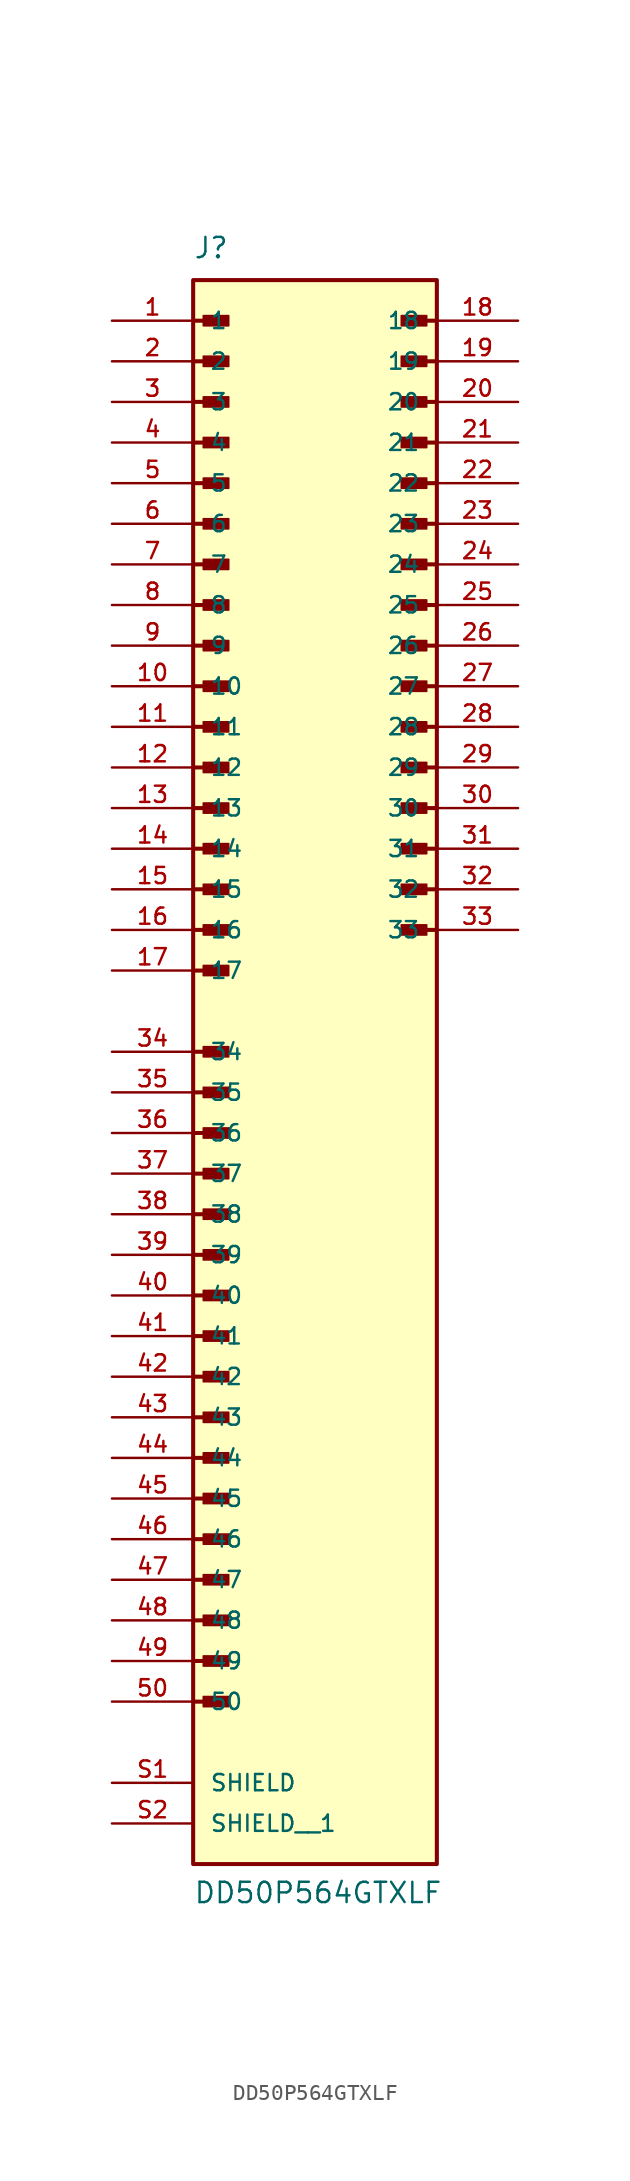
<source format=kicad_sym>
(kicad_symbol_lib
  (version 20241209)
  (generator "kicad_symbol_editor")
  (generator_version "9.0")
  (symbol "DD50P564GTXLF"
    (pin_names
      (offset 1.016))
    (property "Reference" "J"
      (at -7.62 49.53 0)
      (effects (font (size 1.27 1.27)) (justify left bottom)))
    (property "Value" "DD50P564GTXLF"
      (at -7.62 -53.34 0)
      (effects (font (size 1.27 1.27)) (justify left bottom)))
    (symbol "DD50P564GTXLF_0_0"
      (polyline (pts (xy -7.62 45.72) (xy -5.715 45.72)) (stroke (width 0.254) (type default)) (fill (type none)))
      (polyline (pts (xy -7.62 43.18) (xy -5.715 43.18)) (stroke (width 0.254) (type default)) (fill (type none)))
      (polyline (pts (xy -7.62 40.64) (xy -5.715 40.64)) (stroke (width 0.254) (type default)) (fill (type none)))
      (polyline (pts (xy -7.62 38.1) (xy -5.715 38.1)) (stroke (width 0.254) (type default)) (fill (type none)))
      (polyline (pts (xy -7.62 35.56) (xy -5.715 35.56)) (stroke (width 0.254) (type default)) (fill (type none)))
      (polyline (pts (xy -7.62 33.02) (xy -5.715 33.02)) (stroke (width 0.254) (type default)) (fill (type none)))
      (polyline (pts (xy -7.62 30.48) (xy -5.715 30.48)) (stroke (width 0.254) (type default)) (fill (type none)))
      (polyline (pts (xy -7.62 27.94) (xy -5.715 27.94)) (stroke (width 0.254) (type default)) (fill (type none)))
      (polyline (pts (xy -7.62 25.4) (xy -5.715 25.4)) (stroke (width 0.254) (type default)) (fill (type none)))
      (polyline (pts (xy -7.62 22.86) (xy -5.715 22.86)) (stroke (width 0.254) (type default)) (fill (type none)))
      (polyline (pts (xy -7.62 20.32) (xy -5.715 20.32)) (stroke (width 0.254) (type default)) (fill (type none)))
      (polyline (pts (xy -7.62 17.78) (xy -5.715 17.78)) (stroke (width 0.254) (type default)) (fill (type none)))
      (polyline (pts (xy -7.62 15.24) (xy -5.715 15.24)) (stroke (width 0.254) (type default)) (fill (type none)))
      (polyline (pts (xy -7.62 12.7) (xy -5.715 12.7)) (stroke (width 0.254) (type default)) (fill (type none)))
      (polyline (pts (xy -7.62 10.16) (xy -5.715 10.16)) (stroke (width 0.254) (type default)) (fill (type none)))
      (polyline (pts (xy -7.62 7.62) (xy -5.715 7.62)) (stroke (width 0.254) (type default)) (fill (type none)))
      (polyline (pts (xy -7.62 5.08) (xy -5.715 5.08)) (stroke (width 0.254) (type default)) (fill (type none)))
      (polyline (pts (xy -7.62 0) (xy -5.715 0)) (stroke (width 0.254) (type default)) (fill (type none)))
      (polyline (pts (xy -7.62 -2.54) (xy -5.715 -2.54)) (stroke (width 0.254) (type default)) (fill (type none)))
      (polyline (pts (xy -7.62 -5.08) (xy -5.715 -5.08)) (stroke (width 0.254) (type default)) (fill (type none)))
      (polyline (pts (xy -7.62 -7.62) (xy -5.715 -7.62)) (stroke (width 0.254) (type default)) (fill (type none)))
      (polyline (pts (xy -7.62 -10.16) (xy -5.715 -10.16)) (stroke (width 0.254) (type default)) (fill (type none)))
      (polyline (pts (xy -7.62 -12.7) (xy -5.715 -12.7)) (stroke (width 0.254) (type default)) (fill (type none)))
      (polyline (pts (xy -7.62 -15.24) (xy -5.715 -15.24)) (stroke (width 0.254) (type default)) (fill (type none)))
      (polyline (pts (xy -7.62 -17.78) (xy -5.715 -17.78)) (stroke (width 0.254) (type default)) (fill (type none)))
      (polyline (pts (xy -7.62 -20.32) (xy -5.715 -20.32)) (stroke (width 0.254) (type default)) (fill (type none)))
      (polyline (pts (xy -7.62 -22.86) (xy -5.715 -22.86)) (stroke (width 0.254) (type default)) (fill (type none)))
      (polyline (pts (xy -7.62 -25.4) (xy -5.715 -25.4)) (stroke (width 0.254) (type default)) (fill (type none)))
      (polyline (pts (xy -7.62 -27.94) (xy -5.715 -27.94)) (stroke (width 0.254) (type default)) (fill (type none)))
      (polyline (pts (xy -7.62 -30.48) (xy -5.715 -30.48)) (stroke (width 0.254) (type default)) (fill (type none)))
      (polyline (pts (xy -7.62 -33.02) (xy -5.715 -33.02)) (stroke (width 0.254) (type default)) (fill (type none)))
      (polyline (pts (xy -7.62 -35.56) (xy -5.715 -35.56)) (stroke (width 0.254) (type default)) (fill (type none)))
      (polyline (pts (xy -7.62 -38.1) (xy -5.715 -38.1)) (stroke (width 0.254) (type default)) (fill (type none)))
      (polyline (pts (xy -7.62 -40.64) (xy -5.715 -40.64)) (stroke (width 0.254) (type default)) (fill (type none)))
      (rectangle (start -7.62 -50.8) (end 7.62 48.26) (stroke (width 0.254) (type default)) (fill (type background)))
      (rectangle (start -6.985 45.403) (end -5.397 46.038) (stroke (width 0.1) (type default)) (fill (type outline)))
      (rectangle (start -6.985 42.862) (end -5.397 43.498) (stroke (width 0.1) (type default)) (fill (type outline)))
      (rectangle (start -6.985 40.322) (end -5.397 40.958) (stroke (width 0.1) (type default)) (fill (type outline)))
      (rectangle (start -6.985 37.782) (end -5.397 38.417) (stroke (width 0.1) (type default)) (fill (type outline)))
      (rectangle (start -6.985 35.242) (end -5.397 35.877) (stroke (width 0.1) (type default)) (fill (type outline)))
      (rectangle (start -6.985 32.703) (end -5.397 33.337) (stroke (width 0.1) (type default)) (fill (type outline)))
      (rectangle (start -6.985 30.163) (end -5.397 30.797) (stroke (width 0.1) (type default)) (fill (type outline)))
      (rectangle (start -6.985 27.622) (end -5.397 28.258) (stroke (width 0.1) (type default)) (fill (type outline)))
      (rectangle (start -6.985 25.082) (end -5.397 25.718) (stroke (width 0.1) (type default)) (fill (type outline)))
      (rectangle (start -6.985 22.543) (end -5.397 23.177) (stroke (width 0.1) (type default)) (fill (type outline)))
      (rectangle (start -6.985 20.003) (end -5.397 20.637) (stroke (width 0.1) (type default)) (fill (type outline)))
      (rectangle (start -6.985 17.462) (end -5.397 18.098) (stroke (width 0.1) (type default)) (fill (type outline)))
      (rectangle (start -6.985 14.922) (end -5.397 15.557) (stroke (width 0.1) (type default)) (fill (type outline)))
      (rectangle (start -6.985 12.383) (end -5.397 13.018) (stroke (width 0.1) (type default)) (fill (type outline)))
      (rectangle (start -6.985 9.842) (end -5.397 10.477) (stroke (width 0.1) (type default)) (fill (type outline)))
      (rectangle (start -6.985 7.303) (end -5.397 7.938) (stroke (width 0.1) (type default)) (fill (type outline)))
      (rectangle (start -6.985 4.763) (end -5.397 5.397) (stroke (width 0.1) (type default)) (fill (type outline)))
      (rectangle (start -6.985 -0.318) (end -5.397 0.318) (stroke (width 0.1) (type default)) (fill (type outline)))
      (rectangle (start -6.985 -2.857) (end -5.397 -2.223) (stroke (width 0.1) (type default)) (fill (type outline)))
      (rectangle (start -6.985 -5.397) (end -5.397 -4.763) (stroke (width 0.1) (type default)) (fill (type outline)))
      (rectangle (start -6.985 -7.938) (end -5.397 -7.303) (stroke (width 0.1) (type default)) (fill (type outline)))
      (rectangle (start -6.985 -10.477) (end -5.397 -9.842) (stroke (width 0.1) (type default)) (fill (type outline)))
      (rectangle (start -6.985 -13.018) (end -5.397 -12.383) (stroke (width 0.1) (type default)) (fill (type outline)))
      (rectangle (start -6.985 -15.557) (end -5.397 -14.922) (stroke (width 0.1) (type default)) (fill (type outline)))
      (rectangle (start -6.985 -18.098) (end -5.397 -17.462) (stroke (width 0.1) (type default)) (fill (type outline)))
      (rectangle (start -6.985 -20.637) (end -5.397 -20.003) (stroke (width 0.1) (type default)) (fill (type outline)))
      (rectangle (start -6.985 -23.177) (end -5.397 -22.543) (stroke (width 0.1) (type default)) (fill (type outline)))
      (rectangle (start -6.985 -25.718) (end -5.397 -25.082) (stroke (width 0.1) (type default)) (fill (type outline)))
      (rectangle (start -6.985 -28.258) (end -5.397 -27.622) (stroke (width 0.1) (type default)) (fill (type outline)))
      (rectangle (start -6.985 -30.797) (end -5.397 -30.163) (stroke (width 0.1) (type default)) (fill (type outline)))
      (rectangle (start -6.985 -33.337) (end -5.397 -32.703) (stroke (width 0.1) (type default)) (fill (type outline)))
      (rectangle (start -6.985 -35.877) (end -5.397 -35.242) (stroke (width 0.1) (type default)) (fill (type outline)))
      (rectangle (start -6.985 -38.417) (end -5.397 -37.782) (stroke (width 0.1) (type default)) (fill (type outline)))
      (rectangle (start -6.985 -40.958) (end -5.397 -40.322) (stroke (width 0.1) (type default)) (fill (type outline)))
      (rectangle (start 5.397 45.403) (end 6.985 46.038) (stroke (width 0.1) (type default)) (fill (type outline)))
      (rectangle (start 5.397 42.862) (end 6.985 43.498) (stroke (width 0.1) (type default)) (fill (type outline)))
      (rectangle (start 5.397 40.322) (end 6.985 40.958) (stroke (width 0.1) (type default)) (fill (type outline)))
      (rectangle (start 5.397 37.782) (end 6.985 38.417) (stroke (width 0.1) (type default)) (fill (type outline)))
      (rectangle (start 5.397 35.242) (end 6.985 35.877) (stroke (width 0.1) (type default)) (fill (type outline)))
      (rectangle (start 5.397 32.703) (end 6.985 33.337) (stroke (width 0.1) (type default)) (fill (type outline)))
      (rectangle (start 5.397 30.163) (end 6.985 30.797) (stroke (width 0.1) (type default)) (fill (type outline)))
      (rectangle (start 5.397 27.622) (end 6.985 28.258) (stroke (width 0.1) (type default)) (fill (type outline)))
      (rectangle (start 5.397 25.082) (end 6.985 25.718) (stroke (width 0.1) (type default)) (fill (type outline)))
      (rectangle (start 5.397 22.543) (end 6.985 23.177) (stroke (width 0.1) (type default)) (fill (type outline)))
      (rectangle (start 5.397 20.003) (end 6.985 20.637) (stroke (width 0.1) (type default)) (fill (type outline)))
      (rectangle (start 5.397 17.462) (end 6.985 18.098) (stroke (width 0.1) (type default)) (fill (type outline)))
      (rectangle (start 5.397 14.922) (end 6.985 15.557) (stroke (width 0.1) (type default)) (fill (type outline)))
      (rectangle (start 5.397 12.383) (end 6.985 13.018) (stroke (width 0.1) (type default)) (fill (type outline)))
      (rectangle (start 5.397 9.842) (end 6.985 10.477) (stroke (width 0.1) (type default)) (fill (type outline)))
      (rectangle (start 5.397 7.303) (end 6.985 7.938) (stroke (width 0.1) (type default)) (fill (type outline)))
      (polyline (pts (xy 7.62 45.72) (xy 5.715 45.72)) (stroke (width 0.254) (type default)) (fill (type none)))
      (polyline (pts (xy 7.62 43.18) (xy 5.715 43.18)) (stroke (width 0.254) (type default)) (fill (type none)))
      (polyline (pts (xy 7.62 40.64) (xy 5.715 40.64)) (stroke (width 0.254) (type default)) (fill (type none)))
      (polyline (pts (xy 7.62 38.1) (xy 5.715 38.1)) (stroke (width 0.254) (type default)) (fill (type none)))
      (polyline (pts (xy 7.62 35.56) (xy 5.715 35.56)) (stroke (width 0.254) (type default)) (fill (type none)))
      (polyline (pts (xy 7.62 33.02) (xy 5.715 33.02)) (stroke (width 0.254) (type default)) (fill (type none)))
      (polyline (pts (xy 7.62 30.48) (xy 5.715 30.48)) (stroke (width 0.254) (type default)) (fill (type none)))
      (polyline (pts (xy 7.62 27.94) (xy 5.715 27.94)) (stroke (width 0.254) (type default)) (fill (type none)))
      (polyline (pts (xy 7.62 25.4) (xy 5.715 25.4)) (stroke (width 0.254) (type default)) (fill (type none)))
      (polyline (pts (xy 7.62 22.86) (xy 5.715 22.86)) (stroke (width 0.254) (type default)) (fill (type none)))
      (polyline (pts (xy 7.62 20.32) (xy 5.715 20.32)) (stroke (width 0.254) (type default)) (fill (type none)))
      (polyline (pts (xy 7.62 17.78) (xy 5.715 17.78)) (stroke (width 0.254) (type default)) (fill (type none)))
      (polyline (pts (xy 7.62 15.24) (xy 5.715 15.24)) (stroke (width 0.254) (type default)) (fill (type none)))
      (polyline (pts (xy 7.62 12.7) (xy 5.715 12.7)) (stroke (width 0.254) (type default)) (fill (type none)))
      (polyline (pts (xy 7.62 10.16) (xy 5.715 10.16)) (stroke (width 0.254) (type default)) (fill (type none)))
      (polyline (pts (xy 7.62 7.62) (xy 5.715 7.62)) (stroke (width 0.254) (type default)) (fill (type none)))
      (pin passive line (at -12.7 45.72 0) (length 5.08) (name "1" (effects (font (size 1.016 1.016)))) (number "1" (effects (font (size 1.016 1.016)))))
      (pin passive line (at -12.7 43.18 0) (length 5.08) (name "2" (effects (font (size 1.016 1.016)))) (number "2" (effects (font (size 1.016 1.016)))))
      (pin passive line (at -12.7 40.64 0) (length 5.08) (name "3" (effects (font (size 1.016 1.016)))) (number "3" (effects (font (size 1.016 1.016)))))
      (pin passive line (at -12.7 38.1 0) (length 5.08) (name "4" (effects (font (size 1.016 1.016)))) (number "4" (effects (font (size 1.016 1.016)))))
      (pin passive line (at -12.7 35.56 0) (length 5.08) (name "5" (effects (font (size 1.016 1.016)))) (number "5" (effects (font (size 1.016 1.016)))))
      (pin passive line (at -12.7 33.02 0) (length 5.08) (name "6" (effects (font (size 1.016 1.016)))) (number "6" (effects (font (size 1.016 1.016)))))
      (pin passive line (at -12.7 30.48 0) (length 5.08) (name "7" (effects (font (size 1.016 1.016)))) (number "7" (effects (font (size 1.016 1.016)))))
      (pin passive line (at -12.7 27.94 0) (length 5.08) (name "8" (effects (font (size 1.016 1.016)))) (number "8" (effects (font (size 1.016 1.016)))))
      (pin passive line (at -12.7 25.4 0) (length 5.08) (name "9" (effects (font (size 1.016 1.016)))) (number "9" (effects (font (size 1.016 1.016)))))
      (pin passive line (at -12.7 22.86 0) (length 5.08) (name "10" (effects (font (size 1.016 1.016)))) (number "10" (effects (font (size 1.016 1.016)))))
      (pin passive line (at -12.7 20.32 0) (length 5.08) (name "11" (effects (font (size 1.016 1.016)))) (number "11" (effects (font (size 1.016 1.016)))))
      (pin passive line (at -12.7 17.78 0) (length 5.08) (name "12" (effects (font (size 1.016 1.016)))) (number "12" (effects (font (size 1.016 1.016)))))
      (pin passive line (at -12.7 15.24 0) (length 5.08) (name "13" (effects (font (size 1.016 1.016)))) (number "13" (effects (font (size 1.016 1.016)))))
      (pin passive line (at -12.7 12.7 0) (length 5.08) (name "14" (effects (font (size 1.016 1.016)))) (number "14" (effects (font (size 1.016 1.016)))))
      (pin passive line (at -12.7 10.16 0) (length 5.08) (name "15" (effects (font (size 1.016 1.016)))) (number "15" (effects (font (size 1.016 1.016)))))
      (pin passive line (at -12.7 7.62 0) (length 5.08) (name "16" (effects (font (size 1.016 1.016)))) (number "16" (effects (font (size 1.016 1.016)))))
      (pin passive line (at -12.7 5.08 0) (length 5.08) (name "17" (effects (font (size 1.016 1.016)))) (number "17" (effects (font (size 1.016 1.016)))))
      (pin passive line (at -12.7 0 0) (length 5.08) (name "34" (effects (font (size 1.016 1.016)))) (number "34" (effects (font (size 1.016 1.016)))))
      (pin passive line (at -12.7 -2.54 0) (length 5.08) (name "35" (effects (font (size 1.016 1.016)))) (number "35" (effects (font (size 1.016 1.016)))))
      (pin passive line (at -12.7 -5.08 0) (length 5.08) (name "36" (effects (font (size 1.016 1.016)))) (number "36" (effects (font (size 1.016 1.016)))))
      (pin passive line (at -12.7 -7.62 0) (length 5.08) (name "37" (effects (font (size 1.016 1.016)))) (number "37" (effects (font (size 1.016 1.016)))))
      (pin passive line (at -12.7 -10.16 0) (length 5.08) (name "38" (effects (font (size 1.016 1.016)))) (number "38" (effects (font (size 1.016 1.016)))))
      (pin passive line (at -12.7 -12.7 0) (length 5.08) (name "39" (effects (font (size 1.016 1.016)))) (number "39" (effects (font (size 1.016 1.016)))))
      (pin passive line (at -12.7 -15.24 0) (length 5.08) (name "40" (effects (font (size 1.016 1.016)))) (number "40" (effects (font (size 1.016 1.016)))))
      (pin passive line (at -12.7 -17.78 0) (length 5.08) (name "41" (effects (font (size 1.016 1.016)))) (number "41" (effects (font (size 1.016 1.016)))))
      (pin passive line (at -12.7 -20.32 0) (length 5.08) (name "42" (effects (font (size 1.016 1.016)))) (number "42" (effects (font (size 1.016 1.016)))))
      (pin passive line (at -12.7 -22.86 0) (length 5.08) (name "43" (effects (font (size 1.016 1.016)))) (number "43" (effects (font (size 1.016 1.016)))))
      (pin passive line (at -12.7 -25.4 0) (length 5.08) (name "44" (effects (font (size 1.016 1.016)))) (number "44" (effects (font (size 1.016 1.016)))))
      (pin passive line (at -12.7 -27.94 0) (length 5.08) (name "45" (effects (font (size 1.016 1.016)))) (number "45" (effects (font (size 1.016 1.016)))))
      (pin passive line (at -12.7 -30.48 0) (length 5.08) (name "46" (effects (font (size 1.016 1.016)))) (number "46" (effects (font (size 1.016 1.016)))))
      (pin passive line (at -12.7 -33.02 0) (length 5.08) (name "47" (effects (font (size 1.016 1.016)))) (number "47" (effects (font (size 1.016 1.016)))))
      (pin passive line (at -12.7 -35.56 0) (length 5.08) (name "48" (effects (font (size 1.016 1.016)))) (number "48" (effects (font (size 1.016 1.016)))))
      (pin passive line (at -12.7 -38.1 0) (length 5.08) (name "49" (effects (font (size 1.016 1.016)))) (number "49" (effects (font (size 1.016 1.016)))))
      (pin passive line (at -12.7 -40.64 0) (length 5.08) (name "50" (effects (font (size 1.016 1.016)))) (number "50" (effects (font (size 1.016 1.016)))))
      (pin passive line (at -12.7 -45.72 0) (length 5.08) (name "SHIELD" (effects (font (size 1.016 1.016)))) (number "S1" (effects (font (size 1.016 1.016)))))
      (pin passive line (at -12.7 -48.26 0) (length 5.08) (name "SHIELD__1" (effects (font (size 1.016 1.016)))) (number "S2" (effects (font (size 1.016 1.016)))))
      (pin passive line (at 12.7 45.72 180) (length 5.08) (name "18" (effects (font (size 1.016 1.016)))) (number "18" (effects (font (size 1.016 1.016)))))
      (pin passive line (at 12.7 43.18 180) (length 5.08) (name "19" (effects (font (size 1.016 1.016)))) (number "19" (effects (font (size 1.016 1.016)))))
      (pin passive line (at 12.7 40.64 180) (length 5.08) (name "20" (effects (font (size 1.016 1.016)))) (number "20" (effects (font (size 1.016 1.016)))))
      (pin passive line (at 12.7 38.1 180) (length 5.08) (name "21" (effects (font (size 1.016 1.016)))) (number "21" (effects (font (size 1.016 1.016)))))
      (pin passive line (at 12.7 35.56 180) (length 5.08) (name "22" (effects (font (size 1.016 1.016)))) (number "22" (effects (font (size 1.016 1.016)))))
      (pin passive line (at 12.7 33.02 180) (length 5.08) (name "23" (effects (font (size 1.016 1.016)))) (number "23" (effects (font (size 1.016 1.016)))))
      (pin passive line (at 12.7 30.48 180) (length 5.08) (name "24" (effects (font (size 1.016 1.016)))) (number "24" (effects (font (size 1.016 1.016)))))
      (pin passive line (at 12.7 27.94 180) (length 5.08) (name "25" (effects (font (size 1.016 1.016)))) (number "25" (effects (font (size 1.016 1.016)))))
      (pin passive line (at 12.7 25.4 180) (length 5.08) (name "26" (effects (font (size 1.016 1.016)))) (number "26" (effects (font (size 1.016 1.016)))))
      (pin passive line (at 12.7 22.86 180) (length 5.08) (name "27" (effects (font (size 1.016 1.016)))) (number "27" (effects (font (size 1.016 1.016)))))
      (pin passive line (at 12.7 20.32 180) (length 5.08) (name "28" (effects (font (size 1.016 1.016)))) (number "28" (effects (font (size 1.016 1.016)))))
      (pin passive line (at 12.7 17.78 180) (length 5.08) (name "29" (effects (font (size 1.016 1.016)))) (number "29" (effects (font (size 1.016 1.016)))))
      (pin passive line (at 12.7 15.24 180) (length 5.08) (name "30" (effects (font (size 1.016 1.016)))) (number "30" (effects (font (size 1.016 1.016)))))
      (pin passive line (at 12.7 12.7 180) (length 5.08) (name "31" (effects (font (size 1.016 1.016)))) (number "31" (effects (font (size 1.016 1.016)))))
      (pin passive line (at 12.7 10.16 180) (length 5.08) (name "32" (effects (font (size 1.016 1.016)))) (number "32" (effects (font (size 1.016 1.016)))))
      (pin passive line (at 12.7 7.62 180) (length 5.08) (name "33" (effects (font (size 1.016 1.016)))) (number "33" (effects (font (size 1.016 1.016))))))))
</source>
